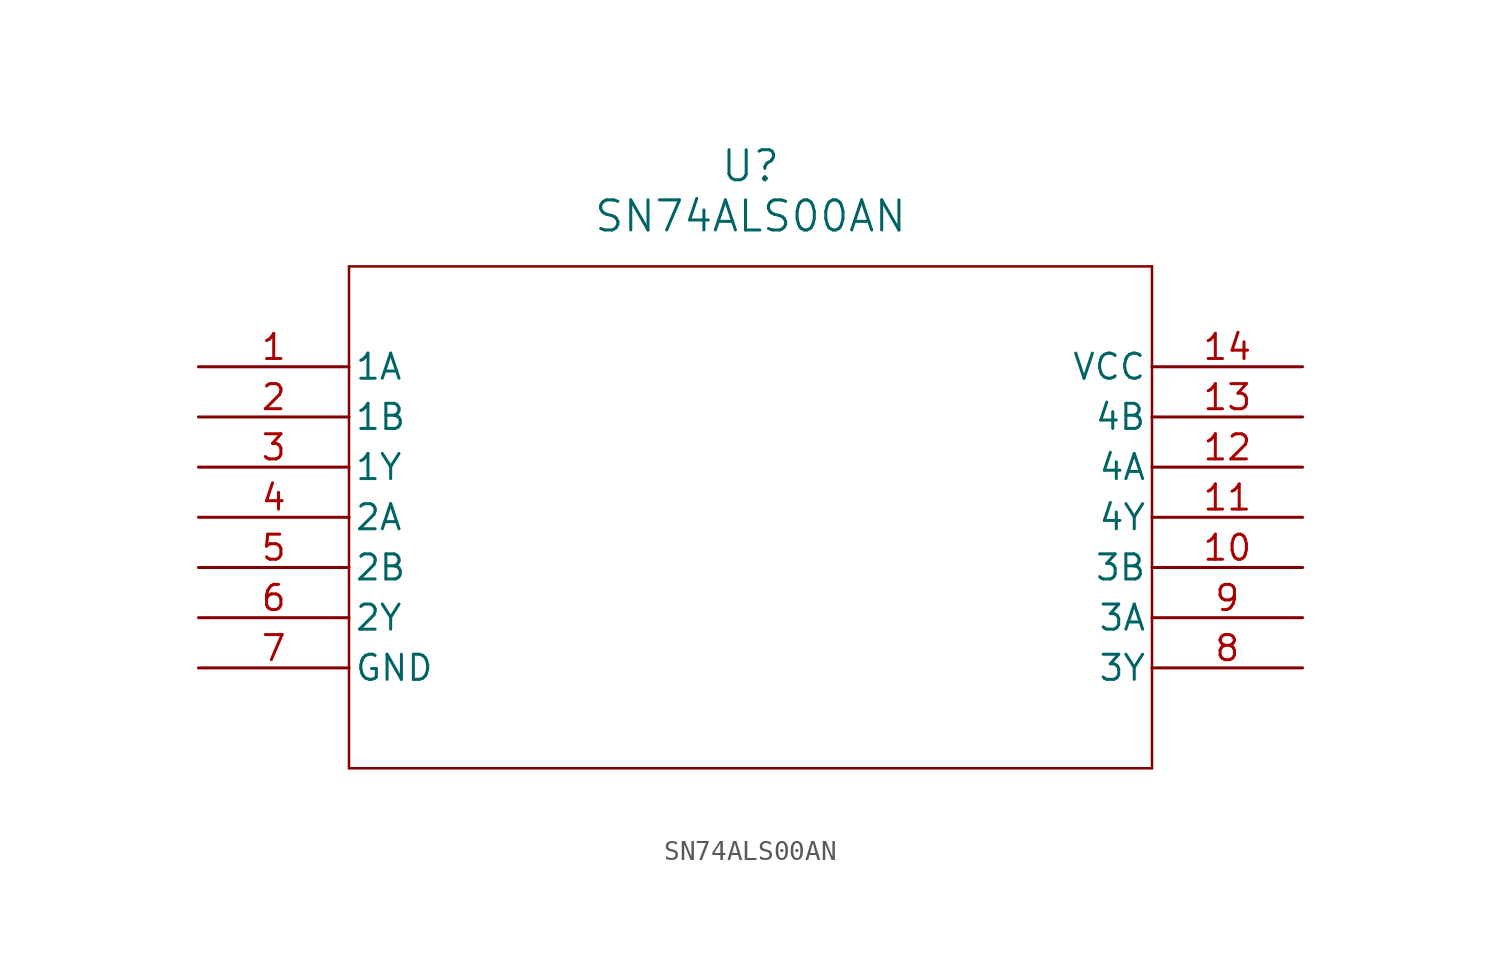
<source format=kicad_sym>
(kicad_symbol_lib
  (version 20211014)
  (generator kicad_symbol_editor)
  (symbol "SN74ALS00AN"
    (pin_names
      (offset 0.254))
    (property "Reference" "U"
      (at 27.94 10.16 0)
      (effects (font (size 1.524 1.524))))
    (property "Value" "SN74ALS00AN"
      (at 27.94 7.62 0)
      (effects (font (size 1.524 1.524))))
    (symbol "SN74ALS00AN_0_1"
      (polyline (pts (xy 7.62 5.08) (xy 7.62 -20.32)) (stroke (width 0.127) (type default) (color 0 0 0 0)) (fill (type none)))
      (polyline (pts (xy 7.62 -20.32) (xy 48.26 -20.32)) (stroke (width 0.127) (type default) (color 0 0 0 0)) (fill (type none)))
      (polyline (pts (xy 48.26 -20.32) (xy 48.26 5.08)) (stroke (width 0.127) (type default) (color 0 0 0 0)) (fill (type none)))
      (polyline (pts (xy 48.26 5.08) (xy 7.62 5.08)) (stroke (width 0.127) (type default) (color 0 0 0 0)) (fill (type none)))
      (pin input line (at 0 0 0) (length 7.62) (name "1A" (effects (font (size 1.27 1.27)))) (number "1" (effects (font (size 1.27 1.27)))))
      (pin input line (at 0 -2.54 0) (length 7.62) (name "1B" (effects (font (size 1.27 1.27)))) (number "2" (effects (font (size 1.27 1.27)))))
      (pin output line (at 0 -5.08 0) (length 7.62) (name "1Y" (effects (font (size 1.27 1.27)))) (number "3" (effects (font (size 1.27 1.27)))))
      (pin input line (at 0 -7.62 0) (length 7.62) (name "2A" (effects (font (size 1.27 1.27)))) (number "4" (effects (font (size 1.27 1.27)))))
      (pin input line (at 0 -10.16 0) (length 7.62) (name "2B" (effects (font (size 1.27 1.27)))) (number "5" (effects (font (size 1.27 1.27)))))
      (pin output line (at 0 -12.7 0) (length 7.62) (name "2Y" (effects (font (size 1.27 1.27)))) (number "6" (effects (font (size 1.27 1.27)))))
      (pin power_in line (at 0 -15.24 0) (length 7.62) (name "GND" (effects (font (size 1.27 1.27)))) (number "7" (effects (font (size 1.27 1.27)))))
      (pin output line (at 55.88 -15.24 180) (length 7.62) (name "3Y" (effects (font (size 1.27 1.27)))) (number "8" (effects (font (size 1.27 1.27)))))
      (pin input line (at 55.88 -12.7 180) (length 7.62) (name "3A" (effects (font (size 1.27 1.27)))) (number "9" (effects (font (size 1.27 1.27)))))
      (pin input line (at 55.88 -10.16 180) (length 7.62) (name "3B" (effects (font (size 1.27 1.27)))) (number "10" (effects (font (size 1.27 1.27)))))
      (pin output line (at 55.88 -7.62 180) (length 7.62) (name "4Y" (effects (font (size 1.27 1.27)))) (number "11" (effects (font (size 1.27 1.27)))))
      (pin input line (at 55.88 -5.08 180) (length 7.62) (name "4A" (effects (font (size 1.27 1.27)))) (number "12" (effects (font (size 1.27 1.27)))))
      (pin input line (at 55.88 -2.54 180) (length 7.62) (name "4B" (effects (font (size 1.27 1.27)))) (number "13" (effects (font (size 1.27 1.27)))))
      (pin power_in line (at 55.88 0 180) (length 7.62) (name "VCC" (effects (font (size 1.27 1.27)))) (number "14" (effects (font (size 1.27 1.27))))))))
</source>
